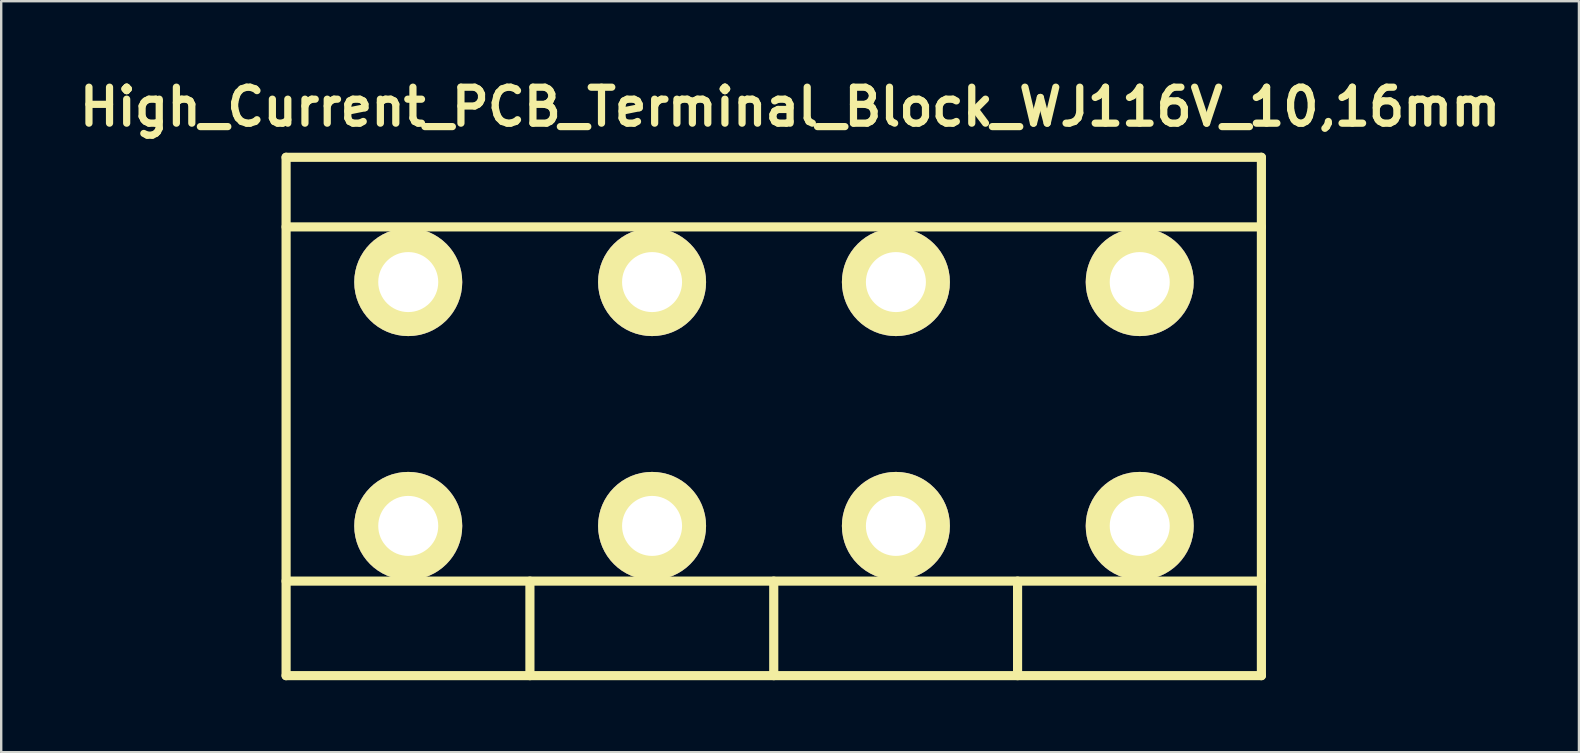
<source format=kicad_pcb>
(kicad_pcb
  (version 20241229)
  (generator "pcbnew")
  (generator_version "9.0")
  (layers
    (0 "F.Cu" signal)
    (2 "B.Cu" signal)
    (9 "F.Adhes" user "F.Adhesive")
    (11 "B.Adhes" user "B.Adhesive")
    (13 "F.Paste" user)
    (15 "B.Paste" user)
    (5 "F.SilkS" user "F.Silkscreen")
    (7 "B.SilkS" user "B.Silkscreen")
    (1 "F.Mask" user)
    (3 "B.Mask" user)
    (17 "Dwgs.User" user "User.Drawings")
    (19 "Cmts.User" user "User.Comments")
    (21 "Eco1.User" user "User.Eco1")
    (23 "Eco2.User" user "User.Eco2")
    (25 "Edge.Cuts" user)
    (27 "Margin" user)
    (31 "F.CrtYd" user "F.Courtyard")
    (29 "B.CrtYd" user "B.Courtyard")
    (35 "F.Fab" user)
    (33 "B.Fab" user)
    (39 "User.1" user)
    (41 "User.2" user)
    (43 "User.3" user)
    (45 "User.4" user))
  (footprint "High_Current_PCB_Terminal_Block_WJ116V_10,16mm"
    (layer "F.Cu")
    (at 29.191 14.304)
    (property "Reference" "High_Current_PCB_Terminal_Block_WJ116V_10,16mm" (at 0.68 -12.9 0) (layer "F.SilkS") (effects (font (size 1.5 1.5) (thickness 0.3))))
    (attr through_hole)
    (fp_line (start -20.32 -10.8) (end -20.32 10.8) (stroke (width 0.381) (type solid)) (layer "F.SilkS"))
    (fp_line (start -20.32 -7.9) (end 20.32 -7.9) (stroke (width 0.381) (type solid)) (layer "F.SilkS"))
    (fp_line (start -20.32 6.86) (end 20.32 6.86) (stroke (width 0.381) (type solid)) (layer "F.SilkS"))
    (fp_line (start -20.32 10.8) (end 20.32 10.8) (stroke (width 0.381) (type solid)) (layer "F.SilkS"))
    (fp_line (start -10.16 6.86) (end -10.16 10.8) (stroke (width 0.381) (type solid)) (layer "F.SilkS"))
    (fp_line (start 0 6.86) (end 0 10.8) (stroke (width 0.381) (type solid)) (layer "F.SilkS"))
    (fp_line (start 10.16 6.86) (end 10.16 10.8) (stroke (width 0.381) (type solid)) (layer "F.SilkS"))
    (fp_line (start 20.32 -10.8) (end -20.32 -10.8) (stroke (width 0.381) (type solid)) (layer "F.SilkS"))
    (fp_line (start 20.32 -10.8) (end 20.32 10.8) (stroke (width 0.381) (type solid)) (layer "F.SilkS"))
    (pad "1" thru_hole circle (at -15.23 -5.6) (size 4.5 4.5) (drill 2.5) (layers "*.Cu" "*.Mask" "F.SilkS"))
    (pad "1" thru_hole circle (at -15.23 4.56) (size 4.5 4.5) (drill 2.5) (layers "*.Cu" "*.Mask" "F.SilkS"))
    (pad "2" thru_hole circle (at -5.07 -5.6) (size 4.5 4.5) (drill 2.5) (layers "*.Cu" "*.Mask" "F.SilkS"))
    (pad "2" thru_hole circle (at -5.07 4.56) (size 4.5 4.5) (drill 2.5) (layers "*.Cu" "*.Mask" "F.SilkS"))
    (pad "3" thru_hole circle (at 5.09 -5.6) (size 4.5 4.5) (drill 2.5) (layers "*.Cu" "*.Mask" "F.SilkS"))
    (pad "3" thru_hole circle (at 5.09 4.56) (size 4.5 4.5) (drill 2.5) (layers "*.Cu" "*.Mask" "F.SilkS"))
    (pad "4" thru_hole circle (at 15.25 -5.6) (size 4.5 4.5) (drill 2.5) (layers "*.Cu" "*.Mask" "F.SilkS"))
    (pad "4" thru_hole circle (at 15.25 4.56) (size 4.5 4.5) (drill 2.5) (layers "*.Cu" "*.Mask" "F.SilkS")))
  (gr_rect
    (start -3 -3)
    (end 62.743 28.294)
    (stroke (width 0.1) (type default))
    (fill no)
    (layer "Edge.Cuts")))
</source>
